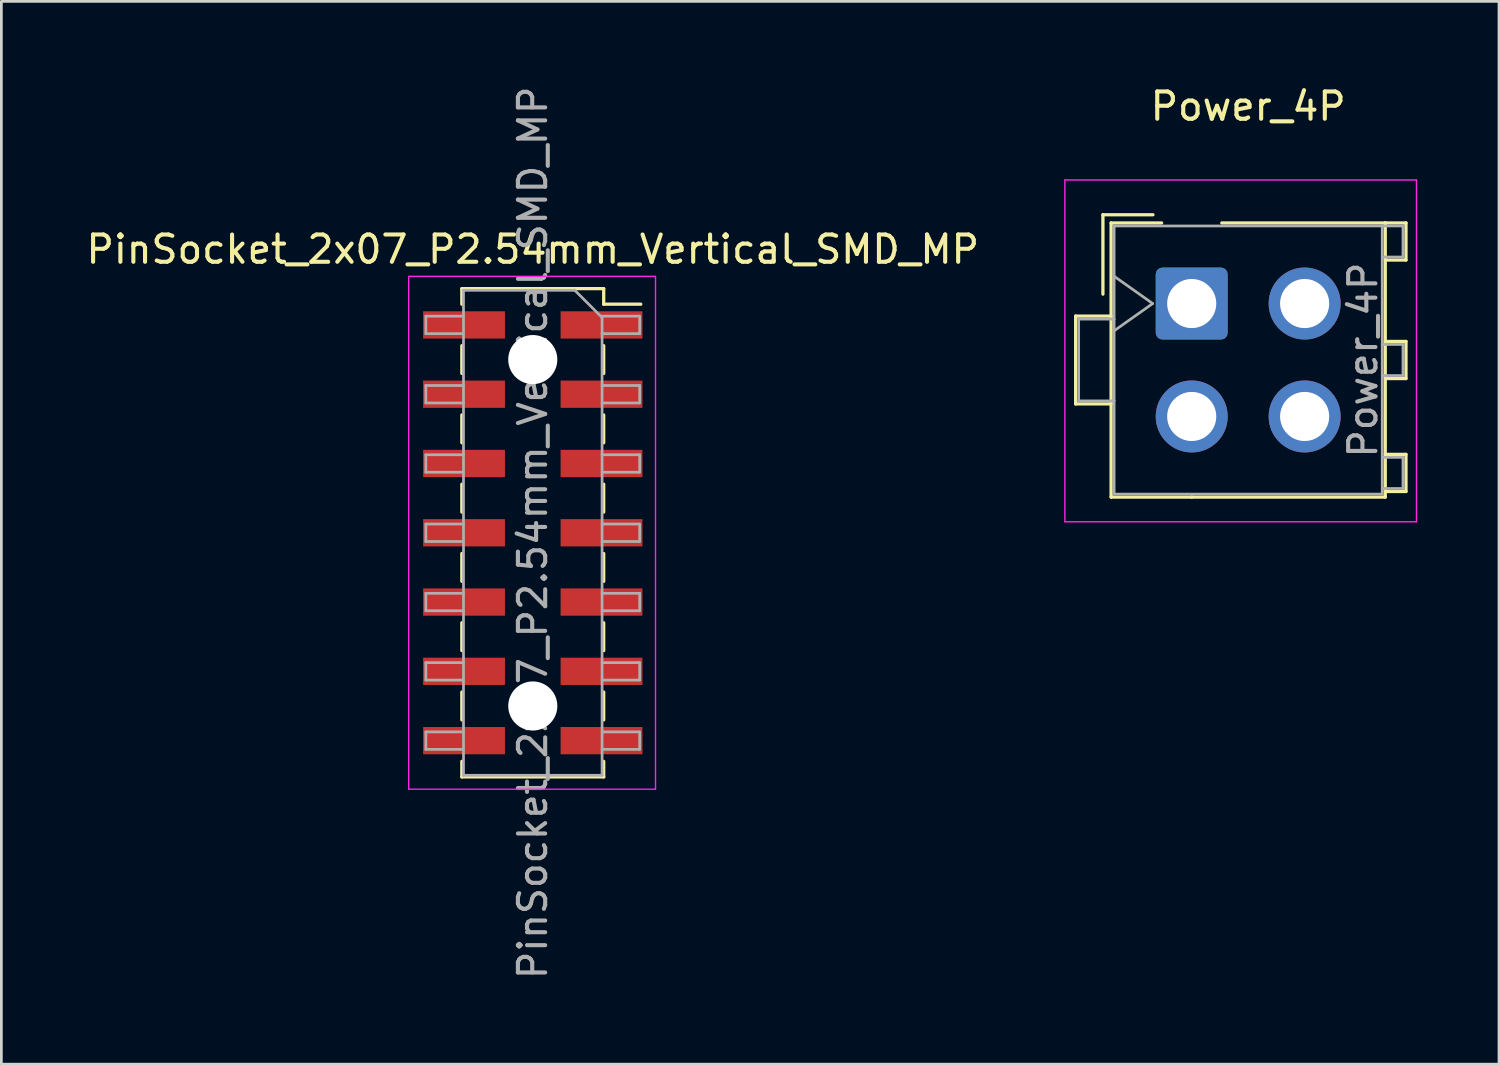
<source format=kicad_pcb>
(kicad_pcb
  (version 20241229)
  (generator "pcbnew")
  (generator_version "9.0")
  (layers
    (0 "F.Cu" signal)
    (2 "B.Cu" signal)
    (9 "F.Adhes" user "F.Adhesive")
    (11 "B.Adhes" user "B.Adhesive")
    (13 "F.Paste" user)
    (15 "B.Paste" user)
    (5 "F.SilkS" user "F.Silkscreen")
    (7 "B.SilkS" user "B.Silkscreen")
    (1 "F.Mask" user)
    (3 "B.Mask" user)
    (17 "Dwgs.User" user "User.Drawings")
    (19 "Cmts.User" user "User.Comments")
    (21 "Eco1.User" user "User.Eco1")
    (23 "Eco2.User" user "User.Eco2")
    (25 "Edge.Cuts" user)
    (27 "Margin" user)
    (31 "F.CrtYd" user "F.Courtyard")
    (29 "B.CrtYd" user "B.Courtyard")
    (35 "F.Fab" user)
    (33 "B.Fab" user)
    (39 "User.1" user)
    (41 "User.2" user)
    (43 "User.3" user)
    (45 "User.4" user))
  (footprint "PinSocket_2x07_P2.54mm_Vertical_SMD_MP"
    (layer "F.Cu")
    (at 16.482 16.482)
    (property "Reference" "PinSocket_2x07_P2.54mm_Vertical_SMD_MP" (at 0 -10.39 0) (layer "F.SilkS") (effects (font (size 1 1) (thickness 0.15))))
    (attr smd)
    (fp_line (start -2.6 -8.95) (end -2.6 -8.38) (stroke (width 0.12) (type solid)) (layer "F.SilkS"))
    (fp_line (start -2.6 -8.95) (end 2.6 -8.95) (stroke (width 0.12) (type solid)) (layer "F.SilkS"))
    (fp_line (start -2.6 -6.86) (end -2.6 -5.84) (stroke (width 0.12) (type solid)) (layer "F.SilkS"))
    (fp_line (start -2.6 -4.32) (end -2.6 -3.3) (stroke (width 0.12) (type solid)) (layer "F.SilkS"))
    (fp_line (start -2.6 -1.78) (end -2.6 -0.76) (stroke (width 0.12) (type solid)) (layer "F.SilkS"))
    (fp_line (start -2.6 0.76) (end -2.6 1.78) (stroke (width 0.12) (type solid)) (layer "F.SilkS"))
    (fp_line (start -2.6 3.3) (end -2.6 4.32) (stroke (width 0.12) (type solid)) (layer "F.SilkS"))
    (fp_line (start -2.6 5.84) (end -2.6 6.86) (stroke (width 0.12) (type solid)) (layer "F.SilkS"))
    (fp_line (start -2.6 8.38) (end -2.6 8.95) (stroke (width 0.12) (type solid)) (layer "F.SilkS"))
    (fp_line (start -2.6 8.95) (end 2.6 8.95) (stroke (width 0.12) (type solid)) (layer "F.SilkS"))
    (fp_line (start 2.6 -8.95) (end 2.6 -8.38) (stroke (width 0.12) (type solid)) (layer "F.SilkS"))
    (fp_line (start 2.6 -8.38) (end 3.96 -8.38) (stroke (width 0.12) (type solid)) (layer "F.SilkS"))
    (fp_line (start 2.6 -6.86) (end 2.6 -5.84) (stroke (width 0.12) (type solid)) (layer "F.SilkS"))
    (fp_line (start 2.6 -4.32) (end 2.6 -3.3) (stroke (width 0.12) (type solid)) (layer "F.SilkS"))
    (fp_line (start 2.6 -1.78) (end 2.6 -0.76) (stroke (width 0.12) (type solid)) (layer "F.SilkS"))
    (fp_line (start 2.6 0.76) (end 2.6 1.78) (stroke (width 0.12) (type solid)) (layer "F.SilkS"))
    (fp_line (start 2.6 3.3) (end 2.6 4.32) (stroke (width 0.12) (type solid)) (layer "F.SilkS"))
    (fp_line (start 2.6 5.84) (end 2.6 6.86) (stroke (width 0.12) (type solid)) (layer "F.SilkS"))
    (fp_line (start 2.6 8.38) (end 2.6 8.95) (stroke (width 0.12) (type solid)) (layer "F.SilkS"))
    (fp_line (start -4.55 -9.4) (end 4.5 -9.4) (stroke (width 0.05) (type solid)) (layer "F.CrtYd"))
    (fp_line (start -4.55 9.4) (end -4.55 -9.4) (stroke (width 0.05) (type solid)) (layer "F.CrtYd"))
    (fp_line (start 4.5 -9.4) (end 4.5 9.4) (stroke (width 0.05) (type solid)) (layer "F.CrtYd"))
    (fp_line (start 4.5 9.4) (end -4.55 9.4) (stroke (width 0.05) (type solid)) (layer "F.CrtYd"))
    (fp_line (start -3.92 -7.94) (end -2.54 -7.94) (stroke (width 0.1) (type solid)) (layer "F.Fab"))
    (fp_line (start -3.92 -7.3) (end -3.92 -7.94) (stroke (width 0.1) (type solid)) (layer "F.Fab"))
    (fp_line (start -3.92 -5.4) (end -2.54 -5.4) (stroke (width 0.1) (type solid)) (layer "F.Fab"))
    (fp_line (start -3.92 -4.76) (end -3.92 -5.4) (stroke (width 0.1) (type solid)) (layer "F.Fab"))
    (fp_line (start -3.92 -2.86) (end -2.54 -2.86) (stroke (width 0.1) (type solid)) (layer "F.Fab"))
    (fp_line (start -3.92 -2.22) (end -3.92 -2.86) (stroke (width 0.1) (type solid)) (layer "F.Fab"))
    (fp_line (start -3.92 -0.32) (end -2.54 -0.32) (stroke (width 0.1) (type solid)) (layer "F.Fab"))
    (fp_line (start -3.92 0.32) (end -3.92 -0.32) (stroke (width 0.1) (type solid)) (layer "F.Fab"))
    (fp_line (start -3.92 2.22) (end -2.54 2.22) (stroke (width 0.1) (type solid)) (layer "F.Fab"))
    (fp_line (start -3.92 2.86) (end -3.92 2.22) (stroke (width 0.1) (type solid)) (layer "F.Fab"))
    (fp_line (start -3.92 4.76) (end -2.54 4.76) (stroke (width 0.1) (type solid)) (layer "F.Fab"))
    (fp_line (start -3.92 5.4) (end -3.92 4.76) (stroke (width 0.1) (type solid)) (layer "F.Fab"))
    (fp_line (start -3.92 7.3) (end -2.54 7.3) (stroke (width 0.1) (type solid)) (layer "F.Fab"))
    (fp_line (start -3.92 7.94) (end -3.92 7.3) (stroke (width 0.1) (type solid)) (layer "F.Fab"))
    (fp_line (start -2.54 -8.89) (end 1.54 -8.89) (stroke (width 0.1) (type solid)) (layer "F.Fab"))
    (fp_line (start -2.54 -7.3) (end -3.92 -7.3) (stroke (width 0.1) (type solid)) (layer "F.Fab"))
    (fp_line (start -2.54 -4.76) (end -3.92 -4.76) (stroke (width 0.1) (type solid)) (layer "F.Fab"))
    (fp_line (start -2.54 -2.22) (end -3.92 -2.22) (stroke (width 0.1) (type solid)) (layer "F.Fab"))
    (fp_line (start -2.54 0.32) (end -3.92 0.32) (stroke (width 0.1) (type solid)) (layer "F.Fab"))
    (fp_line (start -2.54 2.86) (end -3.92 2.86) (stroke (width 0.1) (type solid)) (layer "F.Fab"))
    (fp_line (start -2.54 5.4) (end -3.92 5.4) (stroke (width 0.1) (type solid)) (layer "F.Fab"))
    (fp_line (start -2.54 7.94) (end -3.92 7.94) (stroke (width 0.1) (type solid)) (layer "F.Fab"))
    (fp_line (start -2.54 8.89) (end -2.54 -8.89) (stroke (width 0.1) (type solid)) (layer "F.Fab"))
    (fp_line (start 1.54 -8.89) (end 2.54 -7.89) (stroke (width 0.1) (type solid)) (layer "F.Fab"))
    (fp_line (start 2.54 -7.94) (end 3.92 -7.94) (stroke (width 0.1) (type solid)) (layer "F.Fab"))
    (fp_line (start 2.54 -7.89) (end 2.54 8.89) (stroke (width 0.1) (type solid)) (layer "F.Fab"))
    (fp_line (start 2.54 -5.4) (end 3.92 -5.4) (stroke (width 0.1) (type solid)) (layer "F.Fab"))
    (fp_line (start 2.54 -2.86) (end 3.92 -2.86) (stroke (width 0.1) (type solid)) (layer "F.Fab"))
    (fp_line (start 2.54 -0.32) (end 3.92 -0.32) (stroke (width 0.1) (type solid)) (layer "F.Fab"))
    (fp_line (start 2.54 2.22) (end 3.92 2.22) (stroke (width 0.1) (type solid)) (layer "F.Fab"))
    (fp_line (start 2.54 4.76) (end 3.92 4.76) (stroke (width 0.1) (type solid)) (layer "F.Fab"))
    (fp_line (start 2.54 7.3) (end 3.92 7.3) (stroke (width 0.1) (type solid)) (layer "F.Fab"))
    (fp_line (start 2.54 8.89) (end -2.54 8.89) (stroke (width 0.1) (type solid)) (layer "F.Fab"))
    (fp_line (start 3.92 -7.94) (end 3.92 -7.3) (stroke (width 0.1) (type solid)) (layer "F.Fab"))
    (fp_line (start 3.92 -7.3) (end 2.54 -7.3) (stroke (width 0.1) (type solid)) (layer "F.Fab"))
    (fp_line (start 3.92 -5.4) (end 3.92 -4.76) (stroke (width 0.1) (type solid)) (layer "F.Fab"))
    (fp_line (start 3.92 -4.76) (end 2.54 -4.76) (stroke (width 0.1) (type solid)) (layer "F.Fab"))
    (fp_line (start 3.92 -2.86) (end 3.92 -2.22) (stroke (width 0.1) (type solid)) (layer "F.Fab"))
    (fp_line (start 3.92 -2.22) (end 2.54 -2.22) (stroke (width 0.1) (type solid)) (layer "F.Fab"))
    (fp_line (start 3.92 -0.32) (end 3.92 0.32) (stroke (width 0.1) (type solid)) (layer "F.Fab"))
    (fp_line (start 3.92 0.32) (end 2.54 0.32) (stroke (width 0.1) (type solid)) (layer "F.Fab"))
    (fp_line (start 3.92 2.22) (end 3.92 2.86) (stroke (width 0.1) (type solid)) (layer "F.Fab"))
    (fp_line (start 3.92 2.86) (end 2.54 2.86) (stroke (width 0.1) (type solid)) (layer "F.Fab"))
    (fp_line (start 3.92 4.76) (end 3.92 5.4) (stroke (width 0.1) (type solid)) (layer "F.Fab"))
    (fp_line (start 3.92 5.4) (end 2.54 5.4) (stroke (width 0.1) (type solid)) (layer "F.Fab"))
    (fp_line (start 3.92 7.3) (end 3.92 7.94) (stroke (width 0.1) (type solid)) (layer "F.Fab"))
    (fp_line (start 3.92 7.94) (end 2.54 7.94) (stroke (width 0.1) (type solid)) (layer "F.Fab"))
    (fp_text user "${REFERENCE}" (at 0 0 90) (layer "F.Fab") (effects (font (size 1 1) (thickness 0.15))))
    (pad "" np_thru_hole circle (at 0 -6.35) (size 1.8 1.8) (drill 1.8) (layers "*.Cu" "*.Mask"))
    (pad "" np_thru_hole circle (at 0 6.35) (size 1.8 1.8) (drill 1.8) (layers "*.Cu" "*.Mask"))
    (pad "1" smd rect (at 2.52 -7.62) (size 3 1) (layers "F.Cu" "F.Mask" "F.Paste"))
    (pad "2" smd rect (at -2.52 -7.62) (size 3 1) (layers "F.Cu" "F.Mask" "F.Paste"))
    (pad "3" smd rect (at 2.52 -5.08) (size 3 1) (layers "F.Cu" "F.Mask" "F.Paste"))
    (pad "4" smd rect (at -2.52 -5.08) (size 3 1) (layers "F.Cu" "F.Mask" "F.Paste"))
    (pad "5" smd rect (at 2.52 -2.54) (size 3 1) (layers "F.Cu" "F.Mask" "F.Paste"))
    (pad "6" smd rect (at -2.52 -2.54) (size 3 1) (layers "F.Cu" "F.Mask" "F.Paste"))
    (pad "7" smd rect (at 2.52 0) (size 3 1) (layers "F.Cu" "F.Mask" "F.Paste"))
    (pad "8" smd rect (at -2.52 0) (size 3 1) (layers "F.Cu" "F.Mask" "F.Paste"))
    (pad "9" smd rect (at 2.52 2.54) (size 3 1) (layers "F.Cu" "F.Mask" "F.Paste"))
    (pad "10" smd rect (at -2.52 2.54) (size 3 1) (layers "F.Cu" "F.Mask" "F.Paste"))
    (pad "11" smd rect (at 2.52 5.08) (size 3 1) (layers "F.Cu" "F.Mask" "F.Paste"))
    (pad "12" smd rect (at -2.52 5.08) (size 3 1) (layers "F.Cu" "F.Mask" "F.Paste"))
    (pad "13" smd rect (at 2.52 7.62) (size 3 1) (layers "F.Cu" "F.Mask" "F.Paste"))
    (pad "14" smd rect (at -2.52 7.62) (size 3 1) (layers "F.Cu" "F.Mask" "F.Paste")))
  (footprint "Power_4P"
    (layer "F.Cu")
    (at 40.639 8.078)
    (property "Reference" "Power_4P" (at 2.07 -7.23 0) (layer "F.SilkS") (effects (font (size 1 1) (thickness 0.15))))
    (attr through_hole)
    (fp_line (start -4.255 0.46) (end -4.255 3.68) (stroke (width 0.12) (type solid)) (layer "F.SilkS"))
    (fp_line (start -4.255 3.68) (end -2.955 3.68) (stroke (width 0.12) (type solid)) (layer "F.SilkS"))
    (fp_line (start -3.255 -3.255) (end -3.255 -0.345) (stroke (width 0.12) (type solid)) (layer "F.SilkS"))
    (fp_line (start -2.955 -2.955) (end -2.955 7.095) (stroke (width 0.12) (type solid)) (layer "F.SilkS"))
    (fp_line (start -2.955 0.46) (end -4.255 0.46) (stroke (width 0.12) (type solid)) (layer "F.SilkS"))
    (fp_line (start -2.955 7.095) (end 0 7.095) (stroke (width 0.12) (type solid)) (layer "F.SilkS"))
    (fp_line (start -1.421 -3.255) (end -3.255 -3.255) (stroke (width 0.12) (type solid)) (layer "F.SilkS"))
    (fp_line (start -1.103 -2.955) (end -2.955 -2.955) (stroke (width 0.12) (type solid)) (layer "F.SilkS"))
    (fp_line (start 1.103 -2.955) (end 7.095 -2.955) (stroke (width 0.12) (type solid)) (layer "F.SilkS"))
    (fp_line (start 7.095 -2.955) (end 7.095 7.095) (stroke (width 0.12) (type solid)) (layer "F.SilkS"))
    (fp_line (start 7.095 -2.955) (end 7.855 -2.955) (stroke (width 0.12) (type solid)) (layer "F.SilkS"))
    (fp_line (start 7.095 1.39) (end 7.855 1.39) (stroke (width 0.12) (type solid)) (layer "F.SilkS"))
    (fp_line (start 7.095 5.53) (end 7.855 5.53) (stroke (width 0.12) (type solid)) (layer "F.SilkS"))
    (fp_line (start 7.095 7.095) (end 0 7.095) (stroke (width 0.12) (type solid)) (layer "F.SilkS"))
    (fp_line (start 7.855 -2.955) (end 7.855 -1.595) (stroke (width 0.12) (type solid)) (layer "F.SilkS"))
    (fp_line (start 7.855 -1.595) (end 7.095 -1.595) (stroke (width 0.12) (type solid)) (layer "F.SilkS"))
    (fp_line (start 7.855 1.39) (end 7.855 2.75) (stroke (width 0.12) (type solid)) (layer "F.SilkS"))
    (fp_line (start 7.855 2.75) (end 7.095 2.75) (stroke (width 0.12) (type solid)) (layer "F.SilkS"))
    (fp_line (start 7.855 5.53) (end 7.855 6.89) (stroke (width 0.12) (type solid)) (layer "F.SilkS"))
    (fp_line (start 7.855 6.89) (end 7.095 6.89) (stroke (width 0.12) (type solid)) (layer "F.SilkS"))
    (fp_line (start -4.65 -4.53) (end -4.65 8) (stroke (width 0.05) (type solid)) (layer "F.CrtYd"))
    (fp_line (start -4.65 8) (end 8.24 8) (stroke (width 0.05) (type solid)) (layer "F.CrtYd"))
    (fp_line (start 8.24 -4.53) (end -4.65 -4.53) (stroke (width 0.05) (type solid)) (layer "F.CrtYd"))
    (fp_line (start 8.24 8) (end 8.24 -4.53) (stroke (width 0.05) (type solid)) (layer "F.CrtYd"))
    (fp_line (start -4.145 0.57) (end -4.145 3.57) (stroke (width 0.1) (type solid)) (layer "F.Fab"))
    (fp_line (start -4.145 3.57) (end -2.845 3.57) (stroke (width 0.1) (type solid)) (layer "F.Fab"))
    (fp_line (start -2.845 -2.845) (end -2.845 6.985) (stroke (width 0.1) (type solid)) (layer "F.Fab"))
    (fp_line (start -2.845 -1) (end -1.431 0) (stroke (width 0.1) (type solid)) (layer "F.Fab"))
    (fp_line (start -2.845 0.57) (end -4.145 0.57) (stroke (width 0.1) (type solid)) (layer "F.Fab"))
    (fp_line (start -2.845 6.985) (end 6.985 6.985) (stroke (width 0.1) (type solid)) (layer "F.Fab"))
    (fp_line (start -1.431 0) (end -2.845 1) (stroke (width 0.1) (type solid)) (layer "F.Fab"))
    (fp_line (start 6.985 -2.845) (end -2.845 -2.845) (stroke (width 0.1) (type solid)) (layer "F.Fab"))
    (fp_line (start 6.985 -2.845) (end 7.745 -2.845) (stroke (width 0.1) (type solid)) (layer "F.Fab"))
    (fp_line (start 6.985 1.5) (end 7.745 1.5) (stroke (width 0.1) (type solid)) (layer "F.Fab"))
    (fp_line (start 6.985 5.64) (end 7.745 5.64) (stroke (width 0.1) (type solid)) (layer "F.Fab"))
    (fp_line (start 6.985 6.985) (end 6.985 -2.845) (stroke (width 0.1) (type solid)) (layer "F.Fab"))
    (fp_line (start 7.745 -2.845) (end 7.745 -1.705) (stroke (width 0.1) (type solid)) (layer "F.Fab"))
    (fp_line (start 7.745 -1.705) (end 6.985 -1.705) (stroke (width 0.1) (type solid)) (layer "F.Fab"))
    (fp_line (start 7.745 1.5) (end 7.745 2.64) (stroke (width 0.1) (type solid)) (layer "F.Fab"))
    (fp_line (start 7.745 2.64) (end 6.985 2.64) (stroke (width 0.1) (type solid)) (layer "F.Fab"))
    (fp_line (start 7.745 5.64) (end 7.745 6.78) (stroke (width 0.1) (type solid)) (layer "F.Fab"))
    (fp_line (start 7.745 6.78) (end 6.985 6.78) (stroke (width 0.1) (type solid)) (layer "F.Fab"))
    (fp_text user "${REFERENCE}" (at 6.28 2.07 90) (layer "F.Fab") (effects (font (size 1 1) (thickness 0.15))))
    (pad "1" thru_hole roundrect (at 0 0) (size 2.64 2.64) (drill 1.8) (layers "*.Cu" "*.Mask") (roundrect_rratio 0.095))
    (pad "2" thru_hole circle (at 0 4.14) (size 2.64 2.64) (drill 1.8) (layers "*.Cu" "*.Mask"))
    (pad "3" thru_hole circle (at 4.14 0) (size 2.64 2.64) (drill 1.8) (layers "*.Cu" "*.Mask"))
    (pad "4" thru_hole circle (at 4.14 4.14) (size 2.64 2.64) (drill 1.8) (layers "*.Cu" "*.Mask")))
  (gr_rect
    (start -3 -3)
    (end 51.904 35.964)
    (stroke (width 0.1) (type default))
    (fill no)
    (layer "Edge.Cuts")))
</source>
